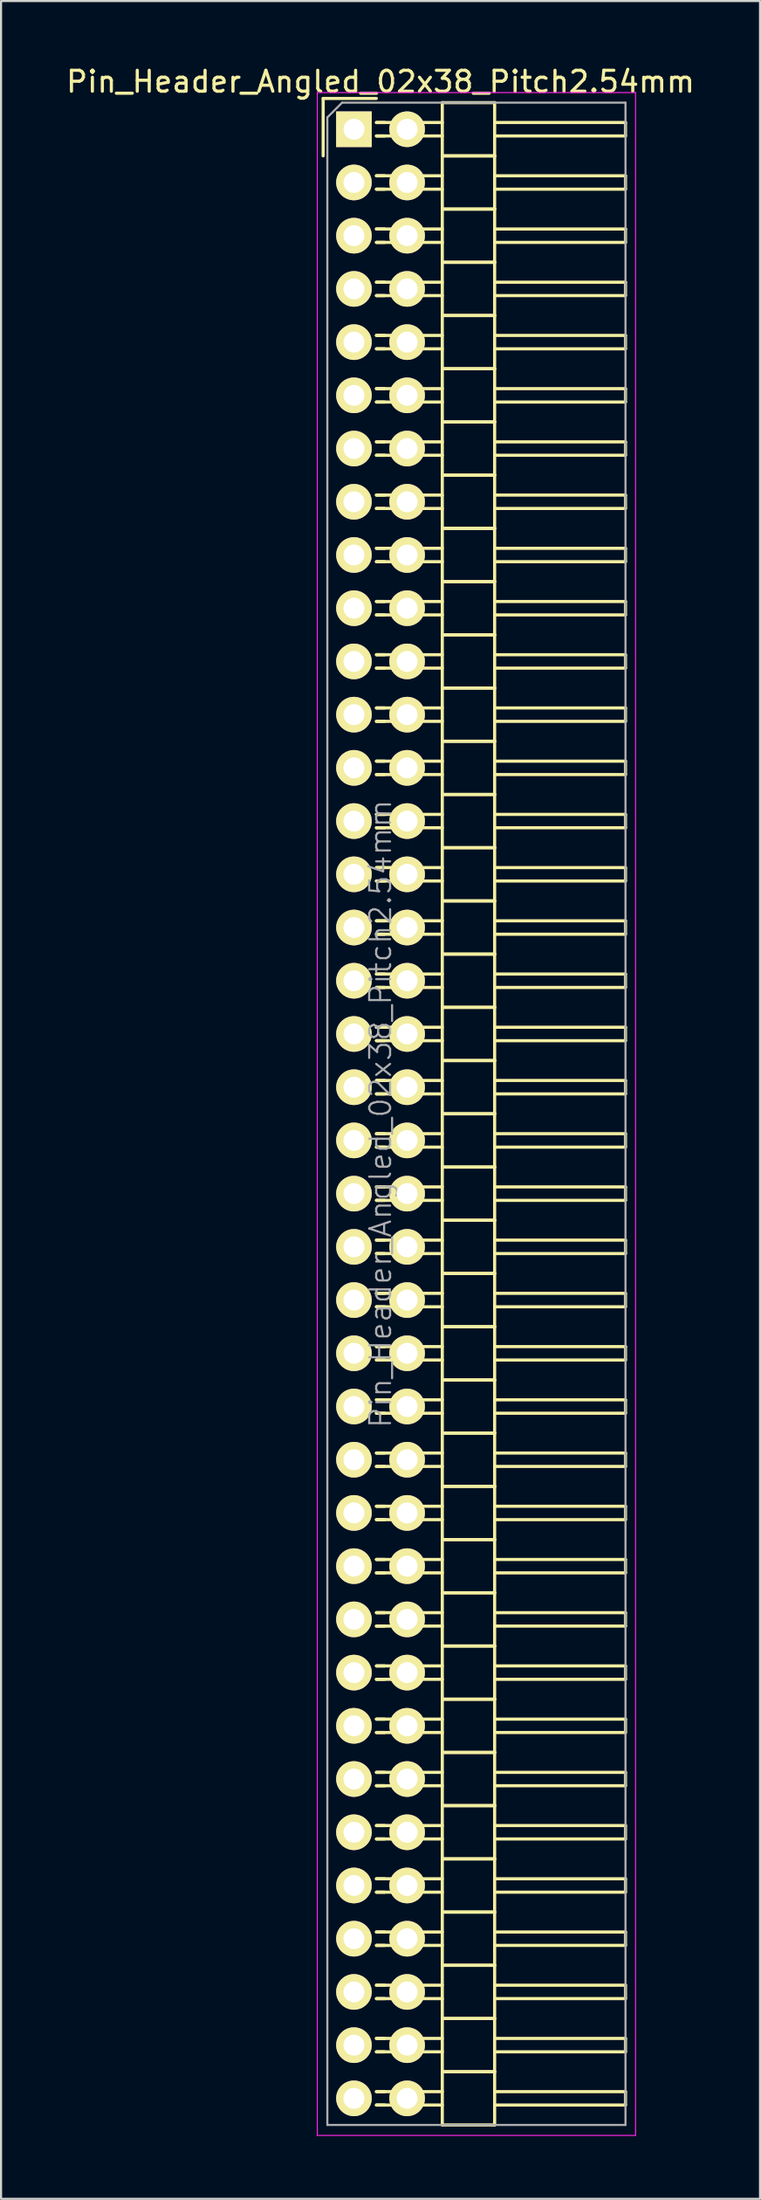
<source format=kicad_pcb>
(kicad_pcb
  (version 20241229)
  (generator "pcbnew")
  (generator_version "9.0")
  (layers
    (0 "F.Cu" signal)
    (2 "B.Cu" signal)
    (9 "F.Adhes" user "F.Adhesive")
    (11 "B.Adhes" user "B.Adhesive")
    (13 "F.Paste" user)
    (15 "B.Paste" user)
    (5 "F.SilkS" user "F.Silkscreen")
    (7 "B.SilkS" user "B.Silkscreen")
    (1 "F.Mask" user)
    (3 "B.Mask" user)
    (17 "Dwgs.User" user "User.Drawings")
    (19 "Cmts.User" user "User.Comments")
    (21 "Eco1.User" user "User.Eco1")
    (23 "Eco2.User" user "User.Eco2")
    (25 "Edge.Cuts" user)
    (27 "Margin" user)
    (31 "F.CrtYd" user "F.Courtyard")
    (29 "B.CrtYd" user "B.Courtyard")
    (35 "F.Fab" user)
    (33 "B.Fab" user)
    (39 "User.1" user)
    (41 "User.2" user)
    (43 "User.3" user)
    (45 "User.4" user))
  (footprint "Pin_Header_Angled_02x38_Pitch2.54mm"
    (layer "F.Cu")
    (at 13.855 3.118)
    (property "Reference" "Pin_Header_Angled_02x38_Pitch2.54mm" (at 1.27 -2.27 0) (layer "F.SilkS") (effects (font (size 1 1) (thickness 0.15))))
    (attr smd)
    (fp_line (start -1.47 -1.47) (end -1.47 1.27) (stroke (width 0.15) (type solid)) (layer "F.SilkS"))
    (fp_line (start -1.47 -1.47) (end 1.07 -1.47) (stroke (width 0.15) (type solid)) (layer "F.SilkS"))
    (fp_line (start 1.465 -0.32) (end 1.075 -0.32) (stroke (width 0.15) (type solid)) (layer "F.SilkS"))
    (fp_line (start 1.465 0.32) (end 1.075 0.32) (stroke (width 0.15) (type solid)) (layer "F.SilkS"))
    (fp_line (start 1.465 2.22) (end 1.075 2.22) (stroke (width 0.15) (type solid)) (layer "F.SilkS"))
    (fp_line (start 1.465 2.86) (end 1.075 2.86) (stroke (width 0.15) (type solid)) (layer "F.SilkS"))
    (fp_line (start 1.465 4.76) (end 1.075 4.76) (stroke (width 0.15) (type solid)) (layer "F.SilkS"))
    (fp_line (start 1.465 5.4) (end 1.075 5.4) (stroke (width 0.15) (type solid)) (layer "F.SilkS"))
    (fp_line (start 1.465 7.3) (end 1.075 7.3) (stroke (width 0.15) (type solid)) (layer "F.SilkS"))
    (fp_line (start 1.465 7.94) (end 1.075 7.94) (stroke (width 0.15) (type solid)) (layer "F.SilkS"))
    (fp_line (start 1.465 9.84) (end 1.075 9.84) (stroke (width 0.15) (type solid)) (layer "F.SilkS"))
    (fp_line (start 1.465 10.48) (end 1.075 10.48) (stroke (width 0.15) (type solid)) (layer "F.SilkS"))
    (fp_line (start 1.465 12.38) (end 1.075 12.38) (stroke (width 0.15) (type solid)) (layer "F.SilkS"))
    (fp_line (start 1.465 13.02) (end 1.075 13.02) (stroke (width 0.15) (type solid)) (layer "F.SilkS"))
    (fp_line (start 1.465 14.92) (end 1.075 14.92) (stroke (width 0.15) (type solid)) (layer "F.SilkS"))
    (fp_line (start 1.465 15.56) (end 1.075 15.56) (stroke (width 0.15) (type solid)) (layer "F.SilkS"))
    (fp_line (start 1.465 17.46) (end 1.075 17.46) (stroke (width 0.15) (type solid)) (layer "F.SilkS"))
    (fp_line (start 1.465 18.1) (end 1.075 18.1) (stroke (width 0.15) (type solid)) (layer "F.SilkS"))
    (fp_line (start 1.465 20) (end 1.075 20) (stroke (width 0.15) (type solid)) (layer "F.SilkS"))
    (fp_line (start 1.465 20.64) (end 1.075 20.64) (stroke (width 0.15) (type solid)) (layer "F.SilkS"))
    (fp_line (start 1.465 22.54) (end 1.075 22.54) (stroke (width 0.15) (type solid)) (layer "F.SilkS"))
    (fp_line (start 1.465 23.18) (end 1.075 23.18) (stroke (width 0.15) (type solid)) (layer "F.SilkS"))
    (fp_line (start 1.465 25.08) (end 1.075 25.08) (stroke (width 0.15) (type solid)) (layer "F.SilkS"))
    (fp_line (start 1.465 25.72) (end 1.075 25.72) (stroke (width 0.15) (type solid)) (layer "F.SilkS"))
    (fp_line (start 1.465 27.62) (end 1.075 27.62) (stroke (width 0.15) (type solid)) (layer "F.SilkS"))
    (fp_line (start 1.465 28.26) (end 1.075 28.26) (stroke (width 0.15) (type solid)) (layer "F.SilkS"))
    (fp_line (start 1.465 30.16) (end 1.075 30.16) (stroke (width 0.15) (type solid)) (layer "F.SilkS"))
    (fp_line (start 1.465 30.8) (end 1.075 30.8) (stroke (width 0.15) (type solid)) (layer "F.SilkS"))
    (fp_line (start 1.465 32.7) (end 1.075 32.7) (stroke (width 0.15) (type solid)) (layer "F.SilkS"))
    (fp_line (start 1.465 33.34) (end 1.075 33.34) (stroke (width 0.15) (type solid)) (layer "F.SilkS"))
    (fp_line (start 1.465 35.24) (end 1.075 35.24) (stroke (width 0.15) (type solid)) (layer "F.SilkS"))
    (fp_line (start 1.465 35.88) (end 1.075 35.88) (stroke (width 0.15) (type solid)) (layer "F.SilkS"))
    (fp_line (start 1.465 37.78) (end 1.075 37.78) (stroke (width 0.15) (type solid)) (layer "F.SilkS"))
    (fp_line (start 1.465 38.42) (end 1.075 38.42) (stroke (width 0.15) (type solid)) (layer "F.SilkS"))
    (fp_line (start 1.465 40.32) (end 1.075 40.32) (stroke (width 0.15) (type solid)) (layer "F.SilkS"))
    (fp_line (start 1.465 40.96) (end 1.075 40.96) (stroke (width 0.15) (type solid)) (layer "F.SilkS"))
    (fp_line (start 1.465 42.86) (end 1.075 42.86) (stroke (width 0.15) (type solid)) (layer "F.SilkS"))
    (fp_line (start 1.465 43.5) (end 1.075 43.5) (stroke (width 0.15) (type solid)) (layer "F.SilkS"))
    (fp_line (start 1.465 45.4) (end 1.075 45.4) (stroke (width 0.15) (type solid)) (layer "F.SilkS"))
    (fp_line (start 1.465 46.04) (end 1.075 46.04) (stroke (width 0.15) (type solid)) (layer "F.SilkS"))
    (fp_line (start 1.465 47.94) (end 1.075 47.94) (stroke (width 0.15) (type solid)) (layer "F.SilkS"))
    (fp_line (start 1.465 48.58) (end 1.075 48.58) (stroke (width 0.15) (type solid)) (layer "F.SilkS"))
    (fp_line (start 1.465 50.48) (end 1.075 50.48) (stroke (width 0.15) (type solid)) (layer "F.SilkS"))
    (fp_line (start 1.465 51.12) (end 1.075 51.12) (stroke (width 0.15) (type solid)) (layer "F.SilkS"))
    (fp_line (start 1.465 53.02) (end 1.075 53.02) (stroke (width 0.15) (type solid)) (layer "F.SilkS"))
    (fp_line (start 1.465 53.66) (end 1.075 53.66) (stroke (width 0.15) (type solid)) (layer "F.SilkS"))
    (fp_line (start 1.465 55.56) (end 1.075 55.56) (stroke (width 0.15) (type solid)) (layer "F.SilkS"))
    (fp_line (start 1.465 56.2) (end 1.075 56.2) (stroke (width 0.15) (type solid)) (layer "F.SilkS"))
    (fp_line (start 1.465 58.1) (end 1.075 58.1) (stroke (width 0.15) (type solid)) (layer "F.SilkS"))
    (fp_line (start 1.465 58.74) (end 1.075 58.74) (stroke (width 0.15) (type solid)) (layer "F.SilkS"))
    (fp_line (start 1.465 60.64) (end 1.075 60.64) (stroke (width 0.15) (type solid)) (layer "F.SilkS"))
    (fp_line (start 1.465 61.28) (end 1.075 61.28) (stroke (width 0.15) (type solid)) (layer "F.SilkS"))
    (fp_line (start 1.465 63.18) (end 1.075 63.18) (stroke (width 0.15) (type solid)) (layer "F.SilkS"))
    (fp_line (start 1.465 63.82) (end 1.075 63.82) (stroke (width 0.15) (type solid)) (layer "F.SilkS"))
    (fp_line (start 1.465 65.72) (end 1.075 65.72) (stroke (width 0.15) (type solid)) (layer "F.SilkS"))
    (fp_line (start 1.465 66.36) (end 1.075 66.36) (stroke (width 0.15) (type solid)) (layer "F.SilkS"))
    (fp_line (start 1.465 68.26) (end 1.075 68.26) (stroke (width 0.15) (type solid)) (layer "F.SilkS"))
    (fp_line (start 1.465 68.9) (end 1.075 68.9) (stroke (width 0.15) (type solid)) (layer "F.SilkS"))
    (fp_line (start 1.465 70.8) (end 1.075 70.8) (stroke (width 0.15) (type solid)) (layer "F.SilkS"))
    (fp_line (start 1.465 71.44) (end 1.075 71.44) (stroke (width 0.15) (type solid)) (layer "F.SilkS"))
    (fp_line (start 1.465 73.34) (end 1.075 73.34) (stroke (width 0.15) (type solid)) (layer "F.SilkS"))
    (fp_line (start 1.465 73.98) (end 1.075 73.98) (stroke (width 0.15) (type solid)) (layer "F.SilkS"))
    (fp_line (start 1.465 75.88) (end 1.075 75.88) (stroke (width 0.15) (type solid)) (layer "F.SilkS"))
    (fp_line (start 1.465 76.52) (end 1.075 76.52) (stroke (width 0.15) (type solid)) (layer "F.SilkS"))
    (fp_line (start 1.465 78.42) (end 1.075 78.42) (stroke (width 0.15) (type solid)) (layer "F.SilkS"))
    (fp_line (start 1.465 79.06) (end 1.075 79.06) (stroke (width 0.15) (type solid)) (layer "F.SilkS"))
    (fp_line (start 1.465 80.96) (end 1.075 80.96) (stroke (width 0.15) (type solid)) (layer "F.SilkS"))
    (fp_line (start 1.465 81.6) (end 1.075 81.6) (stroke (width 0.15) (type solid)) (layer "F.SilkS"))
    (fp_line (start 1.465 83.5) (end 1.075 83.5) (stroke (width 0.15) (type solid)) (layer "F.SilkS"))
    (fp_line (start 1.465 84.14) (end 1.075 84.14) (stroke (width 0.15) (type solid)) (layer "F.SilkS"))
    (fp_line (start 1.465 86.04) (end 1.075 86.04) (stroke (width 0.15) (type solid)) (layer "F.SilkS"))
    (fp_line (start 1.465 86.68) (end 1.075 86.68) (stroke (width 0.15) (type solid)) (layer "F.SilkS"))
    (fp_line (start 1.465 88.58) (end 1.075 88.58) (stroke (width 0.15) (type solid)) (layer "F.SilkS"))
    (fp_line (start 1.465 89.22) (end 1.075 89.22) (stroke (width 0.15) (type solid)) (layer "F.SilkS"))
    (fp_line (start 1.465 91.12) (end 1.075 91.12) (stroke (width 0.15) (type solid)) (layer "F.SilkS"))
    (fp_line (start 1.465 91.76) (end 1.075 91.76) (stroke (width 0.15) (type solid)) (layer "F.SilkS"))
    (fp_line (start 1.465 93.66) (end 1.075 93.66) (stroke (width 0.15) (type solid)) (layer "F.SilkS"))
    (fp_line (start 1.465 94.3) (end 1.075 94.3) (stroke (width 0.15) (type solid)) (layer "F.SilkS"))
    (fp_line (start 4.22 -0.32) (end 1.075 -0.32) (stroke (width 0.15) (type solid)) (layer "F.SilkS"))
    (fp_line (start 4.22 0.32) (end 1.075 0.32) (stroke (width 0.15) (type solid)) (layer "F.SilkS"))
    (fp_line (start 4.22 1.27) (end 4.22 -1.27) (stroke (width 0.15) (type solid)) (layer "F.SilkS"))
    (fp_line (start 4.22 2.22) (end 1.075 2.22) (stroke (width 0.15) (type solid)) (layer "F.SilkS"))
    (fp_line (start 4.22 2.86) (end 1.075 2.86) (stroke (width 0.15) (type solid)) (layer "F.SilkS"))
    (fp_line (start 4.22 3.81) (end 4.22 1.27) (stroke (width 0.15) (type solid)) (layer "F.SilkS"))
    (fp_line (start 4.22 4.76) (end 1.075 4.76) (stroke (width 0.15) (type solid)) (layer "F.SilkS"))
    (fp_line (start 4.22 5.4) (end 1.075 5.4) (stroke (width 0.15) (type solid)) (layer "F.SilkS"))
    (fp_line (start 4.22 6.35) (end 4.22 3.81) (stroke (width 0.15) (type solid)) (layer "F.SilkS"))
    (fp_line (start 4.22 7.3) (end 1.075 7.3) (stroke (width 0.15) (type solid)) (layer "F.SilkS"))
    (fp_line (start 4.22 7.94) (end 1.075 7.94) (stroke (width 0.15) (type solid)) (layer "F.SilkS"))
    (fp_line (start 4.22 8.89) (end 4.22 6.35) (stroke (width 0.15) (type solid)) (layer "F.SilkS"))
    (fp_line (start 4.22 9.84) (end 1.075 9.84) (stroke (width 0.15) (type solid)) (layer "F.SilkS"))
    (fp_line (start 4.22 10.48) (end 1.075 10.48) (stroke (width 0.15) (type solid)) (layer "F.SilkS"))
    (fp_line (start 4.22 11.43) (end 4.22 8.89) (stroke (width 0.15) (type solid)) (layer "F.SilkS"))
    (fp_line (start 4.22 12.38) (end 1.075 12.38) (stroke (width 0.15) (type solid)) (layer "F.SilkS"))
    (fp_line (start 4.22 13.02) (end 1.075 13.02) (stroke (width 0.15) (type solid)) (layer "F.SilkS"))
    (fp_line (start 4.22 13.97) (end 4.22 11.43) (stroke (width 0.15) (type solid)) (layer "F.SilkS"))
    (fp_line (start 4.22 14.92) (end 1.075 14.92) (stroke (width 0.15) (type solid)) (layer "F.SilkS"))
    (fp_line (start 4.22 15.56) (end 1.075 15.56) (stroke (width 0.15) (type solid)) (layer "F.SilkS"))
    (fp_line (start 4.22 16.51) (end 4.22 13.97) (stroke (width 0.15) (type solid)) (layer "F.SilkS"))
    (fp_line (start 4.22 17.46) (end 1.075 17.46) (stroke (width 0.15) (type solid)) (layer "F.SilkS"))
    (fp_line (start 4.22 18.1) (end 1.075 18.1) (stroke (width 0.15) (type solid)) (layer "F.SilkS"))
    (fp_line (start 4.22 19.05) (end 4.22 16.51) (stroke (width 0.15) (type solid)) (layer "F.SilkS"))
    (fp_line (start 4.22 20) (end 1.075 20) (stroke (width 0.15) (type solid)) (layer "F.SilkS"))
    (fp_line (start 4.22 20.64) (end 1.075 20.64) (stroke (width 0.15) (type solid)) (layer "F.SilkS"))
    (fp_line (start 4.22 21.59) (end 4.22 19.05) (stroke (width 0.15) (type solid)) (layer "F.SilkS"))
    (fp_line (start 4.22 22.54) (end 1.075 22.54) (stroke (width 0.15) (type solid)) (layer "F.SilkS"))
    (fp_line (start 4.22 23.18) (end 1.075 23.18) (stroke (width 0.15) (type solid)) (layer "F.SilkS"))
    (fp_line (start 4.22 24.13) (end 4.22 21.59) (stroke (width 0.15) (type solid)) (layer "F.SilkS"))
    (fp_line (start 4.22 25.08) (end 1.075 25.08) (stroke (width 0.15) (type solid)) (layer "F.SilkS"))
    (fp_line (start 4.22 25.72) (end 1.075 25.72) (stroke (width 0.15) (type solid)) (layer "F.SilkS"))
    (fp_line (start 4.22 26.67) (end 4.22 24.13) (stroke (width 0.15) (type solid)) (layer "F.SilkS"))
    (fp_line (start 4.22 27.62) (end 1.075 27.62) (stroke (width 0.15) (type solid)) (layer "F.SilkS"))
    (fp_line (start 4.22 28.26) (end 1.075 28.26) (stroke (width 0.15) (type solid)) (layer "F.SilkS"))
    (fp_line (start 4.22 29.21) (end 4.22 26.67) (stroke (width 0.15) (type solid)) (layer "F.SilkS"))
    (fp_line (start 4.22 30.16) (end 1.075 30.16) (stroke (width 0.15) (type solid)) (layer "F.SilkS"))
    (fp_line (start 4.22 30.8) (end 1.075 30.8) (stroke (width 0.15) (type solid)) (layer "F.SilkS"))
    (fp_line (start 4.22 31.75) (end 4.22 29.21) (stroke (width 0.15) (type solid)) (layer "F.SilkS"))
    (fp_line (start 4.22 32.7) (end 1.075 32.7) (stroke (width 0.15) (type solid)) (layer "F.SilkS"))
    (fp_line (start 4.22 33.34) (end 1.075 33.34) (stroke (width 0.15) (type solid)) (layer "F.SilkS"))
    (fp_line (start 4.22 34.29) (end 4.22 31.75) (stroke (width 0.15) (type solid)) (layer "F.SilkS"))
    (fp_line (start 4.22 35.24) (end 1.075 35.24) (stroke (width 0.15) (type solid)) (layer "F.SilkS"))
    (fp_line (start 4.22 35.88) (end 1.075 35.88) (stroke (width 0.15) (type solid)) (layer "F.SilkS"))
    (fp_line (start 4.22 36.83) (end 4.22 34.29) (stroke (width 0.15) (type solid)) (layer "F.SilkS"))
    (fp_line (start 4.22 37.78) (end 1.075 37.78) (stroke (width 0.15) (type solid)) (layer "F.SilkS"))
    (fp_line (start 4.22 38.42) (end 1.075 38.42) (stroke (width 0.15) (type solid)) (layer "F.SilkS"))
    (fp_line (start 4.22 39.37) (end 4.22 36.83) (stroke (width 0.15) (type solid)) (layer "F.SilkS"))
    (fp_line (start 4.22 40.32) (end 1.075 40.32) (stroke (width 0.15) (type solid)) (layer "F.SilkS"))
    (fp_line (start 4.22 40.96) (end 1.075 40.96) (stroke (width 0.15) (type solid)) (layer "F.SilkS"))
    (fp_line (start 4.22 41.91) (end 4.22 39.37) (stroke (width 0.15) (type solid)) (layer "F.SilkS"))
    (fp_line (start 4.22 42.86) (end 1.075 42.86) (stroke (width 0.15) (type solid)) (layer "F.SilkS"))
    (fp_line (start 4.22 43.5) (end 1.075 43.5) (stroke (width 0.15) (type solid)) (layer "F.SilkS"))
    (fp_line (start 4.22 44.45) (end 4.22 41.91) (stroke (width 0.15) (type solid)) (layer "F.SilkS"))
    (fp_line (start 4.22 45.4) (end 1.075 45.4) (stroke (width 0.15) (type solid)) (layer "F.SilkS"))
    (fp_line (start 4.22 46.04) (end 1.075 46.04) (stroke (width 0.15) (type solid)) (layer "F.SilkS"))
    (fp_line (start 4.22 46.99) (end 4.22 44.45) (stroke (width 0.15) (type solid)) (layer "F.SilkS"))
    (fp_line (start 4.22 47.94) (end 1.075 47.94) (stroke (width 0.15) (type solid)) (layer "F.SilkS"))
    (fp_line (start 4.22 48.58) (end 1.075 48.58) (stroke (width 0.15) (type solid)) (layer "F.SilkS"))
    (fp_line (start 4.22 49.53) (end 4.22 46.99) (stroke (width 0.15) (type solid)) (layer "F.SilkS"))
    (fp_line (start 4.22 50.48) (end 1.075 50.48) (stroke (width 0.15) (type solid)) (layer "F.SilkS"))
    (fp_line (start 4.22 51.12) (end 1.075 51.12) (stroke (width 0.15) (type solid)) (layer "F.SilkS"))
    (fp_line (start 4.22 52.07) (end 4.22 49.53) (stroke (width 0.15) (type solid)) (layer "F.SilkS"))
    (fp_line (start 4.22 53.02) (end 1.075 53.02) (stroke (width 0.15) (type solid)) (layer "F.SilkS"))
    (fp_line (start 4.22 53.66) (end 1.075 53.66) (stroke (width 0.15) (type solid)) (layer "F.SilkS"))
    (fp_line (start 4.22 54.61) (end 4.22 52.07) (stroke (width 0.15) (type solid)) (layer "F.SilkS"))
    (fp_line (start 4.22 55.56) (end 1.075 55.56) (stroke (width 0.15) (type solid)) (layer "F.SilkS"))
    (fp_line (start 4.22 56.2) (end 1.075 56.2) (stroke (width 0.15) (type solid)) (layer "F.SilkS"))
    (fp_line (start 4.22 57.15) (end 4.22 54.61) (stroke (width 0.15) (type solid)) (layer "F.SilkS"))
    (fp_line (start 4.22 58.1) (end 1.075 58.1) (stroke (width 0.15) (type solid)) (layer "F.SilkS"))
    (fp_line (start 4.22 58.74) (end 1.075 58.74) (stroke (width 0.15) (type solid)) (layer "F.SilkS"))
    (fp_line (start 4.22 59.69) (end 4.22 57.15) (stroke (width 0.15) (type solid)) (layer "F.SilkS"))
    (fp_line (start 4.22 60.64) (end 1.075 60.64) (stroke (width 0.15) (type solid)) (layer "F.SilkS"))
    (fp_line (start 4.22 61.28) (end 1.075 61.28) (stroke (width 0.15) (type solid)) (layer "F.SilkS"))
    (fp_line (start 4.22 62.23) (end 4.22 59.69) (stroke (width 0.15) (type solid)) (layer "F.SilkS"))
    (fp_line (start 4.22 63.18) (end 1.075 63.18) (stroke (width 0.15) (type solid)) (layer "F.SilkS"))
    (fp_line (start 4.22 63.82) (end 1.075 63.82) (stroke (width 0.15) (type solid)) (layer "F.SilkS"))
    (fp_line (start 4.22 64.77) (end 4.22 62.23) (stroke (width 0.15) (type solid)) (layer "F.SilkS"))
    (fp_line (start 4.22 65.72) (end 1.075 65.72) (stroke (width 0.15) (type solid)) (layer "F.SilkS"))
    (fp_line (start 4.22 66.36) (end 1.075 66.36) (stroke (width 0.15) (type solid)) (layer "F.SilkS"))
    (fp_line (start 4.22 67.31) (end 4.22 64.77) (stroke (width 0.15) (type solid)) (layer "F.SilkS"))
    (fp_line (start 4.22 68.26) (end 1.075 68.26) (stroke (width 0.15) (type solid)) (layer "F.SilkS"))
    (fp_line (start 4.22 68.9) (end 1.075 68.9) (stroke (width 0.15) (type solid)) (layer "F.SilkS"))
    (fp_line (start 4.22 69.85) (end 4.22 67.31) (stroke (width 0.15) (type solid)) (layer "F.SilkS"))
    (fp_line (start 4.22 70.8) (end 1.075 70.8) (stroke (width 0.15) (type solid)) (layer "F.SilkS"))
    (fp_line (start 4.22 71.44) (end 1.075 71.44) (stroke (width 0.15) (type solid)) (layer "F.SilkS"))
    (fp_line (start 4.22 72.39) (end 4.22 69.85) (stroke (width 0.15) (type solid)) (layer "F.SilkS"))
    (fp_line (start 4.22 73.34) (end 1.075 73.34) (stroke (width 0.15) (type solid)) (layer "F.SilkS"))
    (fp_line (start 4.22 73.98) (end 1.075 73.98) (stroke (width 0.15) (type solid)) (layer "F.SilkS"))
    (fp_line (start 4.22 74.93) (end 4.22 72.39) (stroke (width 0.15) (type solid)) (layer "F.SilkS"))
    (fp_line (start 4.22 75.88) (end 1.075 75.88) (stroke (width 0.15) (type solid)) (layer "F.SilkS"))
    (fp_line (start 4.22 76.52) (end 1.075 76.52) (stroke (width 0.15) (type solid)) (layer "F.SilkS"))
    (fp_line (start 4.22 77.47) (end 4.22 74.93) (stroke (width 0.15) (type solid)) (layer "F.SilkS"))
    (fp_line (start 4.22 78.42) (end 1.075 78.42) (stroke (width 0.15) (type solid)) (layer "F.SilkS"))
    (fp_line (start 4.22 79.06) (end 1.075 79.06) (stroke (width 0.15) (type solid)) (layer "F.SilkS"))
    (fp_line (start 4.22 80.01) (end 4.22 77.47) (stroke (width 0.15) (type solid)) (layer "F.SilkS"))
    (fp_line (start 4.22 80.96) (end 1.075 80.96) (stroke (width 0.15) (type solid)) (layer "F.SilkS"))
    (fp_line (start 4.22 81.6) (end 1.075 81.6) (stroke (width 0.15) (type solid)) (layer "F.SilkS"))
    (fp_line (start 4.22 82.55) (end 4.22 80.01) (stroke (width 0.15) (type solid)) (layer "F.SilkS"))
    (fp_line (start 4.22 83.5) (end 1.075 83.5) (stroke (width 0.15) (type solid)) (layer "F.SilkS"))
    (fp_line (start 4.22 84.14) (end 1.075 84.14) (stroke (width 0.15) (type solid)) (layer "F.SilkS"))
    (fp_line (start 4.22 85.09) (end 4.22 82.55) (stroke (width 0.15) (type solid)) (layer "F.SilkS"))
    (fp_line (start 4.22 86.04) (end 1.075 86.04) (stroke (width 0.15) (type solid)) (layer "F.SilkS"))
    (fp_line (start 4.22 86.68) (end 1.075 86.68) (stroke (width 0.15) (type solid)) (layer "F.SilkS"))
    (fp_line (start 4.22 87.63) (end 4.22 85.09) (stroke (width 0.15) (type solid)) (layer "F.SilkS"))
    (fp_line (start 4.22 88.58) (end 1.075 88.58) (stroke (width 0.15) (type solid)) (layer "F.SilkS"))
    (fp_line (start 4.22 89.22) (end 1.075 89.22) (stroke (width 0.15) (type solid)) (layer "F.SilkS"))
    (fp_line (start 4.22 90.17) (end 4.22 87.63) (stroke (width 0.15) (type solid)) (layer "F.SilkS"))
    (fp_line (start 4.22 91.12) (end 1.075 91.12) (stroke (width 0.15) (type solid)) (layer "F.SilkS"))
    (fp_line (start 4.22 91.76) (end 1.075 91.76) (stroke (width 0.15) (type solid)) (layer "F.SilkS"))
    (fp_line (start 4.22 92.71) (end 4.22 90.17) (stroke (width 0.15) (type solid)) (layer "F.SilkS"))
    (fp_line (start 4.22 93.66) (end 1.075 93.66) (stroke (width 0.15) (type solid)) (layer "F.SilkS"))
    (fp_line (start 4.22 94.3) (end 1.075 94.3) (stroke (width 0.15) (type solid)) (layer "F.SilkS"))
    (fp_line (start 4.22 95.25) (end 4.22 92.71) (stroke (width 0.15) (type solid)) (layer "F.SilkS"))
    (fp_line (start 6.72 -1.27) (end 4.22 -1.27) (stroke (width 0.15) (type solid)) (layer "F.SilkS"))
    (fp_line (start 6.72 -0.32) (end 12.97 -0.32) (stroke (width 0.15) (type solid)) (layer "F.SilkS"))
    (fp_line (start 6.72 0.32) (end 12.97 0.32) (stroke (width 0.15) (type solid)) (layer "F.SilkS"))
    (fp_line (start 6.72 1.27) (end 4.22 1.27) (stroke (width 0.15) (type solid)) (layer "F.SilkS"))
    (fp_line (start 6.72 1.27) (end 4.22 1.27) (stroke (width 0.15) (type solid)) (layer "F.SilkS"))
    (fp_line (start 6.72 1.27) (end 6.72 -1.27) (stroke (width 0.15) (type solid)) (layer "F.SilkS"))
    (fp_line (start 6.72 2.22) (end 12.97 2.22) (stroke (width 0.15) (type solid)) (layer "F.SilkS"))
    (fp_line (start 6.72 2.86) (end 12.97 2.86) (stroke (width 0.15) (type solid)) (layer "F.SilkS"))
    (fp_line (start 6.72 3.81) (end 4.22 3.81) (stroke (width 0.15) (type solid)) (layer "F.SilkS"))
    (fp_line (start 6.72 3.81) (end 4.22 3.81) (stroke (width 0.15) (type solid)) (layer "F.SilkS"))
    (fp_line (start 6.72 3.81) (end 6.72 1.27) (stroke (width 0.15) (type solid)) (layer "F.SilkS"))
    (fp_line (start 6.72 4.76) (end 12.97 4.76) (stroke (width 0.15) (type solid)) (layer "F.SilkS"))
    (fp_line (start 6.72 5.4) (end 12.97 5.4) (stroke (width 0.15) (type solid)) (layer "F.SilkS"))
    (fp_line (start 6.72 6.35) (end 4.22 6.35) (stroke (width 0.15) (type solid)) (layer "F.SilkS"))
    (fp_line (start 6.72 6.35) (end 4.22 6.35) (stroke (width 0.15) (type solid)) (layer "F.SilkS"))
    (fp_line (start 6.72 6.35) (end 6.72 3.81) (stroke (width 0.15) (type solid)) (layer "F.SilkS"))
    (fp_line (start 6.72 7.3) (end 12.97 7.3) (stroke (width 0.15) (type solid)) (layer "F.SilkS"))
    (fp_line (start 6.72 7.94) (end 12.97 7.94) (stroke (width 0.15) (type solid)) (layer "F.SilkS"))
    (fp_line (start 6.72 8.89) (end 4.22 8.89) (stroke (width 0.15) (type solid)) (layer "F.SilkS"))
    (fp_line (start 6.72 8.89) (end 4.22 8.89) (stroke (width 0.15) (type solid)) (layer "F.SilkS"))
    (fp_line (start 6.72 8.89) (end 6.72 6.35) (stroke (width 0.15) (type solid)) (layer "F.SilkS"))
    (fp_line (start 6.72 9.84) (end 12.97 9.84) (stroke (width 0.15) (type solid)) (layer "F.SilkS"))
    (fp_line (start 6.72 10.48) (end 12.97 10.48) (stroke (width 0.15) (type solid)) (layer "F.SilkS"))
    (fp_line (start 6.72 11.43) (end 4.22 11.43) (stroke (width 0.15) (type solid)) (layer "F.SilkS"))
    (fp_line (start 6.72 11.43) (end 4.22 11.43) (stroke (width 0.15) (type solid)) (layer "F.SilkS"))
    (fp_line (start 6.72 11.43) (end 6.72 8.89) (stroke (width 0.15) (type solid)) (layer "F.SilkS"))
    (fp_line (start 6.72 12.38) (end 12.97 12.38) (stroke (width 0.15) (type solid)) (layer "F.SilkS"))
    (fp_line (start 6.72 13.02) (end 12.97 13.02) (stroke (width 0.15) (type solid)) (layer "F.SilkS"))
    (fp_line (start 6.72 13.97) (end 4.22 13.97) (stroke (width 0.15) (type solid)) (layer "F.SilkS"))
    (fp_line (start 6.72 13.97) (end 4.22 13.97) (stroke (width 0.15) (type solid)) (layer "F.SilkS"))
    (fp_line (start 6.72 13.97) (end 6.72 11.43) (stroke (width 0.15) (type solid)) (layer "F.SilkS"))
    (fp_line (start 6.72 14.92) (end 12.97 14.92) (stroke (width 0.15) (type solid)) (layer "F.SilkS"))
    (fp_line (start 6.72 15.56) (end 12.97 15.56) (stroke (width 0.15) (type solid)) (layer "F.SilkS"))
    (fp_line (start 6.72 16.51) (end 4.22 16.51) (stroke (width 0.15) (type solid)) (layer "F.SilkS"))
    (fp_line (start 6.72 16.51) (end 4.22 16.51) (stroke (width 0.15) (type solid)) (layer "F.SilkS"))
    (fp_line (start 6.72 16.51) (end 6.72 13.97) (stroke (width 0.15) (type solid)) (layer "F.SilkS"))
    (fp_line (start 6.72 17.46) (end 12.97 17.46) (stroke (width 0.15) (type solid)) (layer "F.SilkS"))
    (fp_line (start 6.72 18.1) (end 12.97 18.1) (stroke (width 0.15) (type solid)) (layer "F.SilkS"))
    (fp_line (start 6.72 19.05) (end 4.22 19.05) (stroke (width 0.15) (type solid)) (layer "F.SilkS"))
    (fp_line (start 6.72 19.05) (end 4.22 19.05) (stroke (width 0.15) (type solid)) (layer "F.SilkS"))
    (fp_line (start 6.72 19.05) (end 6.72 16.51) (stroke (width 0.15) (type solid)) (layer "F.SilkS"))
    (fp_line (start 6.72 20) (end 12.97 20) (stroke (width 0.15) (type solid)) (layer "F.SilkS"))
    (fp_line (start 6.72 20.64) (end 12.97 20.64) (stroke (width 0.15) (type solid)) (layer "F.SilkS"))
    (fp_line (start 6.72 21.59) (end 4.22 21.59) (stroke (width 0.15) (type solid)) (layer "F.SilkS"))
    (fp_line (start 6.72 21.59) (end 4.22 21.59) (stroke (width 0.15) (type solid)) (layer "F.SilkS"))
    (fp_line (start 6.72 21.59) (end 6.72 19.05) (stroke (width 0.15) (type solid)) (layer "F.SilkS"))
    (fp_line (start 6.72 22.54) (end 12.97 22.54) (stroke (width 0.15) (type solid)) (layer "F.SilkS"))
    (fp_line (start 6.72 23.18) (end 12.97 23.18) (stroke (width 0.15) (type solid)) (layer "F.SilkS"))
    (fp_line (start 6.72 24.13) (end 4.22 24.13) (stroke (width 0.15) (type solid)) (layer "F.SilkS"))
    (fp_line (start 6.72 24.13) (end 4.22 24.13) (stroke (width 0.15) (type solid)) (layer "F.SilkS"))
    (fp_line (start 6.72 24.13) (end 6.72 21.59) (stroke (width 0.15) (type solid)) (layer "F.SilkS"))
    (fp_line (start 6.72 25.08) (end 12.97 25.08) (stroke (width 0.15) (type solid)) (layer "F.SilkS"))
    (fp_line (start 6.72 25.72) (end 12.97 25.72) (stroke (width 0.15) (type solid)) (layer "F.SilkS"))
    (fp_line (start 6.72 26.67) (end 4.22 26.67) (stroke (width 0.15) (type solid)) (layer "F.SilkS"))
    (fp_line (start 6.72 26.67) (end 4.22 26.67) (stroke (width 0.15) (type solid)) (layer "F.SilkS"))
    (fp_line (start 6.72 26.67) (end 6.72 24.13) (stroke (width 0.15) (type solid)) (layer "F.SilkS"))
    (fp_line (start 6.72 27.62) (end 12.97 27.62) (stroke (width 0.15) (type solid)) (layer "F.SilkS"))
    (fp_line (start 6.72 28.26) (end 12.97 28.26) (stroke (width 0.15) (type solid)) (layer "F.SilkS"))
    (fp_line (start 6.72 29.21) (end 4.22 29.21) (stroke (width 0.15) (type solid)) (layer "F.SilkS"))
    (fp_line (start 6.72 29.21) (end 4.22 29.21) (stroke (width 0.15) (type solid)) (layer "F.SilkS"))
    (fp_line (start 6.72 29.21) (end 6.72 26.67) (stroke (width 0.15) (type solid)) (layer "F.SilkS"))
    (fp_line (start 6.72 30.16) (end 12.97 30.16) (stroke (width 0.15) (type solid)) (layer "F.SilkS"))
    (fp_line (start 6.72 30.8) (end 12.97 30.8) (stroke (width 0.15) (type solid)) (layer "F.SilkS"))
    (fp_line (start 6.72 31.75) (end 4.22 31.75) (stroke (width 0.15) (type solid)) (layer "F.SilkS"))
    (fp_line (start 6.72 31.75) (end 4.22 31.75) (stroke (width 0.15) (type solid)) (layer "F.SilkS"))
    (fp_line (start 6.72 31.75) (end 6.72 29.21) (stroke (width 0.15) (type solid)) (layer "F.SilkS"))
    (fp_line (start 6.72 32.7) (end 12.97 32.7) (stroke (width 0.15) (type solid)) (layer "F.SilkS"))
    (fp_line (start 6.72 33.34) (end 12.97 33.34) (stroke (width 0.15) (type solid)) (layer "F.SilkS"))
    (fp_line (start 6.72 34.29) (end 4.22 34.29) (stroke (width 0.15) (type solid)) (layer "F.SilkS"))
    (fp_line (start 6.72 34.29) (end 4.22 34.29) (stroke (width 0.15) (type solid)) (layer "F.SilkS"))
    (fp_line (start 6.72 34.29) (end 6.72 31.75) (stroke (width 0.15) (type solid)) (layer "F.SilkS"))
    (fp_line (start 6.72 35.24) (end 12.97 35.24) (stroke (width 0.15) (type solid)) (layer "F.SilkS"))
    (fp_line (start 6.72 35.88) (end 12.97 35.88) (stroke (width 0.15) (type solid)) (layer "F.SilkS"))
    (fp_line (start 6.72 36.83) (end 4.22 36.83) (stroke (width 0.15) (type solid)) (layer "F.SilkS"))
    (fp_line (start 6.72 36.83) (end 4.22 36.83) (stroke (width 0.15) (type solid)) (layer "F.SilkS"))
    (fp_line (start 6.72 36.83) (end 6.72 34.29) (stroke (width 0.15) (type solid)) (layer "F.SilkS"))
    (fp_line (start 6.72 37.78) (end 12.97 37.78) (stroke (width 0.15) (type solid)) (layer "F.SilkS"))
    (fp_line (start 6.72 38.42) (end 12.97 38.42) (stroke (width 0.15) (type solid)) (layer "F.SilkS"))
    (fp_line (start 6.72 39.37) (end 4.22 39.37) (stroke (width 0.15) (type solid)) (layer "F.SilkS"))
    (fp_line (start 6.72 39.37) (end 4.22 39.37) (stroke (width 0.15) (type solid)) (layer "F.SilkS"))
    (fp_line (start 6.72 39.37) (end 6.72 36.83) (stroke (width 0.15) (type solid)) (layer "F.SilkS"))
    (fp_line (start 6.72 40.32) (end 12.97 40.32) (stroke (width 0.15) (type solid)) (layer "F.SilkS"))
    (fp_line (start 6.72 40.96) (end 12.97 40.96) (stroke (width 0.15) (type solid)) (layer "F.SilkS"))
    (fp_line (start 6.72 41.91) (end 4.22 41.91) (stroke (width 0.15) (type solid)) (layer "F.SilkS"))
    (fp_line (start 6.72 41.91) (end 4.22 41.91) (stroke (width 0.15) (type solid)) (layer "F.SilkS"))
    (fp_line (start 6.72 41.91) (end 6.72 39.37) (stroke (width 0.15) (type solid)) (layer "F.SilkS"))
    (fp_line (start 6.72 42.86) (end 12.97 42.86) (stroke (width 0.15) (type solid)) (layer "F.SilkS"))
    (fp_line (start 6.72 43.5) (end 12.97 43.5) (stroke (width 0.15) (type solid)) (layer "F.SilkS"))
    (fp_line (start 6.72 44.45) (end 4.22 44.45) (stroke (width 0.15) (type solid)) (layer "F.SilkS"))
    (fp_line (start 6.72 44.45) (end 4.22 44.45) (stroke (width 0.15) (type solid)) (layer "F.SilkS"))
    (fp_line (start 6.72 44.45) (end 6.72 41.91) (stroke (width 0.15) (type solid)) (layer "F.SilkS"))
    (fp_line (start 6.72 45.4) (end 12.97 45.4) (stroke (width 0.15) (type solid)) (layer "F.SilkS"))
    (fp_line (start 6.72 46.04) (end 12.97 46.04) (stroke (width 0.15) (type solid)) (layer "F.SilkS"))
    (fp_line (start 6.72 46.99) (end 4.22 46.99) (stroke (width 0.15) (type solid)) (layer "F.SilkS"))
    (fp_line (start 6.72 46.99) (end 4.22 46.99) (stroke (width 0.15) (type solid)) (layer "F.SilkS"))
    (fp_line (start 6.72 46.99) (end 6.72 44.45) (stroke (width 0.15) (type solid)) (layer "F.SilkS"))
    (fp_line (start 6.72 47.94) (end 12.97 47.94) (stroke (width 0.15) (type solid)) (layer "F.SilkS"))
    (fp_line (start 6.72 48.58) (end 12.97 48.58) (stroke (width 0.15) (type solid)) (layer "F.SilkS"))
    (fp_line (start 6.72 49.53) (end 4.22 49.53) (stroke (width 0.15) (type solid)) (layer "F.SilkS"))
    (fp_line (start 6.72 49.53) (end 4.22 49.53) (stroke (width 0.15) (type solid)) (layer "F.SilkS"))
    (fp_line (start 6.72 49.53) (end 6.72 46.99) (stroke (width 0.15) (type solid)) (layer "F.SilkS"))
    (fp_line (start 6.72 50.48) (end 12.97 50.48) (stroke (width 0.15) (type solid)) (layer "F.SilkS"))
    (fp_line (start 6.72 51.12) (end 12.97 51.12) (stroke (width 0.15) (type solid)) (layer "F.SilkS"))
    (fp_line (start 6.72 52.07) (end 4.22 52.07) (stroke (width 0.15) (type solid)) (layer "F.SilkS"))
    (fp_line (start 6.72 52.07) (end 4.22 52.07) (stroke (width 0.15) (type solid)) (layer "F.SilkS"))
    (fp_line (start 6.72 52.07) (end 6.72 49.53) (stroke (width 0.15) (type solid)) (layer "F.SilkS"))
    (fp_line (start 6.72 53.02) (end 12.97 53.02) (stroke (width 0.15) (type solid)) (layer "F.SilkS"))
    (fp_line (start 6.72 53.66) (end 12.97 53.66) (stroke (width 0.15) (type solid)) (layer "F.SilkS"))
    (fp_line (start 6.72 54.61) (end 4.22 54.61) (stroke (width 0.15) (type solid)) (layer "F.SilkS"))
    (fp_line (start 6.72 54.61) (end 4.22 54.61) (stroke (width 0.15) (type solid)) (layer "F.SilkS"))
    (fp_line (start 6.72 54.61) (end 6.72 52.07) (stroke (width 0.15) (type solid)) (layer "F.SilkS"))
    (fp_line (start 6.72 55.56) (end 12.97 55.56) (stroke (width 0.15) (type solid)) (layer "F.SilkS"))
    (fp_line (start 6.72 56.2) (end 12.97 56.2) (stroke (width 0.15) (type solid)) (layer "F.SilkS"))
    (fp_line (start 6.72 57.15) (end 4.22 57.15) (stroke (width 0.15) (type solid)) (layer "F.SilkS"))
    (fp_line (start 6.72 57.15) (end 4.22 57.15) (stroke (width 0.15) (type solid)) (layer "F.SilkS"))
    (fp_line (start 6.72 57.15) (end 6.72 54.61) (stroke (width 0.15) (type solid)) (layer "F.SilkS"))
    (fp_line (start 6.72 58.1) (end 12.97 58.1) (stroke (width 0.15) (type solid)) (layer "F.SilkS"))
    (fp_line (start 6.72 58.74) (end 12.97 58.74) (stroke (width 0.15) (type solid)) (layer "F.SilkS"))
    (fp_line (start 6.72 59.69) (end 4.22 59.69) (stroke (width 0.15) (type solid)) (layer "F.SilkS"))
    (fp_line (start 6.72 59.69) (end 4.22 59.69) (stroke (width 0.15) (type solid)) (layer "F.SilkS"))
    (fp_line (start 6.72 59.69) (end 6.72 57.15) (stroke (width 0.15) (type solid)) (layer "F.SilkS"))
    (fp_line (start 6.72 60.64) (end 12.97 60.64) (stroke (width 0.15) (type solid)) (layer "F.SilkS"))
    (fp_line (start 6.72 61.28) (end 12.97 61.28) (stroke (width 0.15) (type solid)) (layer "F.SilkS"))
    (fp_line (start 6.72 62.23) (end 4.22 62.23) (stroke (width 0.15) (type solid)) (layer "F.SilkS"))
    (fp_line (start 6.72 62.23) (end 4.22 62.23) (stroke (width 0.15) (type solid)) (layer "F.SilkS"))
    (fp_line (start 6.72 62.23) (end 6.72 59.69) (stroke (width 0.15) (type solid)) (layer "F.SilkS"))
    (fp_line (start 6.72 63.18) (end 12.97 63.18) (stroke (width 0.15) (type solid)) (layer "F.SilkS"))
    (fp_line (start 6.72 63.82) (end 12.97 63.82) (stroke (width 0.15) (type solid)) (layer "F.SilkS"))
    (fp_line (start 6.72 64.77) (end 4.22 64.77) (stroke (width 0.15) (type solid)) (layer "F.SilkS"))
    (fp_line (start 6.72 64.77) (end 4.22 64.77) (stroke (width 0.15) (type solid)) (layer "F.SilkS"))
    (fp_line (start 6.72 64.77) (end 6.72 62.23) (stroke (width 0.15) (type solid)) (layer "F.SilkS"))
    (fp_line (start 6.72 65.72) (end 12.97 65.72) (stroke (width 0.15) (type solid)) (layer "F.SilkS"))
    (fp_line (start 6.72 66.36) (end 12.97 66.36) (stroke (width 0.15) (type solid)) (layer "F.SilkS"))
    (fp_line (start 6.72 67.31) (end 4.22 67.31) (stroke (width 0.15) (type solid)) (layer "F.SilkS"))
    (fp_line (start 6.72 67.31) (end 4.22 67.31) (stroke (width 0.15) (type solid)) (layer "F.SilkS"))
    (fp_line (start 6.72 67.31) (end 6.72 64.77) (stroke (width 0.15) (type solid)) (layer "F.SilkS"))
    (fp_line (start 6.72 68.26) (end 12.97 68.26) (stroke (width 0.15) (type solid)) (layer "F.SilkS"))
    (fp_line (start 6.72 68.9) (end 12.97 68.9) (stroke (width 0.15) (type solid)) (layer "F.SilkS"))
    (fp_line (start 6.72 69.85) (end 4.22 69.85) (stroke (width 0.15) (type solid)) (layer "F.SilkS"))
    (fp_line (start 6.72 69.85) (end 4.22 69.85) (stroke (width 0.15) (type solid)) (layer "F.SilkS"))
    (fp_line (start 6.72 69.85) (end 6.72 67.31) (stroke (width 0.15) (type solid)) (layer "F.SilkS"))
    (fp_line (start 6.72 70.8) (end 12.97 70.8) (stroke (width 0.15) (type solid)) (layer "F.SilkS"))
    (fp_line (start 6.72 71.44) (end 12.97 71.44) (stroke (width 0.15) (type solid)) (layer "F.SilkS"))
    (fp_line (start 6.72 72.39) (end 4.22 72.39) (stroke (width 0.15) (type solid)) (layer "F.SilkS"))
    (fp_line (start 6.72 72.39) (end 4.22 72.39) (stroke (width 0.15) (type solid)) (layer "F.SilkS"))
    (fp_line (start 6.72 72.39) (end 6.72 69.85) (stroke (width 0.15) (type solid)) (layer "F.SilkS"))
    (fp_line (start 6.72 73.34) (end 12.97 73.34) (stroke (width 0.15) (type solid)) (layer "F.SilkS"))
    (fp_line (start 6.72 73.98) (end 12.97 73.98) (stroke (width 0.15) (type solid)) (layer "F.SilkS"))
    (fp_line (start 6.72 74.93) (end 4.22 74.93) (stroke (width 0.15) (type solid)) (layer "F.SilkS"))
    (fp_line (start 6.72 74.93) (end 4.22 74.93) (stroke (width 0.15) (type solid)) (layer "F.SilkS"))
    (fp_line (start 6.72 74.93) (end 6.72 72.39) (stroke (width 0.15) (type solid)) (layer "F.SilkS"))
    (fp_line (start 6.72 75.88) (end 12.97 75.88) (stroke (width 0.15) (type solid)) (layer "F.SilkS"))
    (fp_line (start 6.72 76.52) (end 12.97 76.52) (stroke (width 0.15) (type solid)) (layer "F.SilkS"))
    (fp_line (start 6.72 77.47) (end 4.22 77.47) (stroke (width 0.15) (type solid)) (layer "F.SilkS"))
    (fp_line (start 6.72 77.47) (end 4.22 77.47) (stroke (width 0.15) (type solid)) (layer "F.SilkS"))
    (fp_line (start 6.72 77.47) (end 6.72 74.93) (stroke (width 0.15) (type solid)) (layer "F.SilkS"))
    (fp_line (start 6.72 78.42) (end 12.97 78.42) (stroke (width 0.15) (type solid)) (layer "F.SilkS"))
    (fp_line (start 6.72 79.06) (end 12.97 79.06) (stroke (width 0.15) (type solid)) (layer "F.SilkS"))
    (fp_line (start 6.72 80.01) (end 4.22 80.01) (stroke (width 0.15) (type solid)) (layer "F.SilkS"))
    (fp_line (start 6.72 80.01) (end 4.22 80.01) (stroke (width 0.15) (type solid)) (layer "F.SilkS"))
    (fp_line (start 6.72 80.01) (end 6.72 77.47) (stroke (width 0.15) (type solid)) (layer "F.SilkS"))
    (fp_line (start 6.72 80.96) (end 12.97 80.96) (stroke (width 0.15) (type solid)) (layer "F.SilkS"))
    (fp_line (start 6.72 81.6) (end 12.97 81.6) (stroke (width 0.15) (type solid)) (layer "F.SilkS"))
    (fp_line (start 6.72 82.55) (end 4.22 82.55) (stroke (width 0.15) (type solid)) (layer "F.SilkS"))
    (fp_line (start 6.72 82.55) (end 4.22 82.55) (stroke (width 0.15) (type solid)) (layer "F.SilkS"))
    (fp_line (start 6.72 82.55) (end 6.72 80.01) (stroke (width 0.15) (type solid)) (layer "F.SilkS"))
    (fp_line (start 6.72 83.5) (end 12.97 83.5) (stroke (width 0.15) (type solid)) (layer "F.SilkS"))
    (fp_line (start 6.72 84.14) (end 12.97 84.14) (stroke (width 0.15) (type solid)) (layer "F.SilkS"))
    (fp_line (start 6.72 85.09) (end 4.22 85.09) (stroke (width 0.15) (type solid)) (layer "F.SilkS"))
    (fp_line (start 6.72 85.09) (end 4.22 85.09) (stroke (width 0.15) (type solid)) (layer "F.SilkS"))
    (fp_line (start 6.72 85.09) (end 6.72 82.55) (stroke (width 0.15) (type solid)) (layer "F.SilkS"))
    (fp_line (start 6.72 86.04) (end 12.97 86.04) (stroke (width 0.15) (type solid)) (layer "F.SilkS"))
    (fp_line (start 6.72 86.68) (end 12.97 86.68) (stroke (width 0.15) (type solid)) (layer "F.SilkS"))
    (fp_line (start 6.72 87.63) (end 4.22 87.63) (stroke (width 0.15) (type solid)) (layer "F.SilkS"))
    (fp_line (start 6.72 87.63) (end 4.22 87.63) (stroke (width 0.15) (type solid)) (layer "F.SilkS"))
    (fp_line (start 6.72 87.63) (end 6.72 85.09) (stroke (width 0.15) (type solid)) (layer "F.SilkS"))
    (fp_line (start 6.72 88.58) (end 12.97 88.58) (stroke (width 0.15) (type solid)) (layer "F.SilkS"))
    (fp_line (start 6.72 89.22) (end 12.97 89.22) (stroke (width 0.15) (type solid)) (layer "F.SilkS"))
    (fp_line (start 6.72 90.17) (end 4.22 90.17) (stroke (width 0.15) (type solid)) (layer "F.SilkS"))
    (fp_line (start 6.72 90.17) (end 4.22 90.17) (stroke (width 0.15) (type solid)) (layer "F.SilkS"))
    (fp_line (start 6.72 90.17) (end 6.72 87.63) (stroke (width 0.15) (type solid)) (layer "F.SilkS"))
    (fp_line (start 6.72 91.12) (end 12.97 91.12) (stroke (width 0.15) (type solid)) (layer "F.SilkS"))
    (fp_line (start 6.72 91.76) (end 12.97 91.76) (stroke (width 0.15) (type solid)) (layer "F.SilkS"))
    (fp_line (start 6.72 92.71) (end 4.22 92.71) (stroke (width 0.15) (type solid)) (layer "F.SilkS"))
    (fp_line (start 6.72 92.71) (end 4.22 92.71) (stroke (width 0.15) (type solid)) (layer "F.SilkS"))
    (fp_line (start 6.72 92.71) (end 6.72 90.17) (stroke (width 0.15) (type solid)) (layer "F.SilkS"))
    (fp_line (start 6.72 93.66) (end 12.97 93.66) (stroke (width 0.15) (type solid)) (layer "F.SilkS"))
    (fp_line (start 6.72 94.3) (end 12.97 94.3) (stroke (width 0.15) (type solid)) (layer "F.SilkS"))
    (fp_line (start 6.72 95.25) (end 4.22 95.25) (stroke (width 0.15) (type solid)) (layer "F.SilkS"))
    (fp_line (start 6.72 95.25) (end 6.72 92.71) (stroke (width 0.15) (type solid)) (layer "F.SilkS"))
    (fp_line (start 12.97 0.32) (end 12.97 -0.32) (stroke (width 0.15) (type solid)) (layer "F.SilkS"))
    (fp_line (start 12.97 2.86) (end 12.97 2.22) (stroke (width 0.15) (type solid)) (layer "F.SilkS"))
    (fp_line (start 12.97 5.4) (end 12.97 4.76) (stroke (width 0.15) (type solid)) (layer "F.SilkS"))
    (fp_line (start 12.97 7.94) (end 12.97 7.3) (stroke (width 0.15) (type solid)) (layer "F.SilkS"))
    (fp_line (start 12.97 10.48) (end 12.97 9.84) (stroke (width 0.15) (type solid)) (layer "F.SilkS"))
    (fp_line (start 12.97 13.02) (end 12.97 12.38) (stroke (width 0.15) (type solid)) (layer "F.SilkS"))
    (fp_line (start 12.97 15.56) (end 12.97 14.92) (stroke (width 0.15) (type solid)) (layer "F.SilkS"))
    (fp_line (start 12.97 18.1) (end 12.97 17.46) (stroke (width 0.15) (type solid)) (layer "F.SilkS"))
    (fp_line (start 12.97 20.64) (end 12.97 20) (stroke (width 0.15) (type solid)) (layer "F.SilkS"))
    (fp_line (start 12.97 23.18) (end 12.97 22.54) (stroke (width 0.15) (type solid)) (layer "F.SilkS"))
    (fp_line (start 12.97 25.72) (end 12.97 25.08) (stroke (width 0.15) (type solid)) (layer "F.SilkS"))
    (fp_line (start 12.97 28.26) (end 12.97 27.62) (stroke (width 0.15) (type solid)) (layer "F.SilkS"))
    (fp_line (start 12.97 30.8) (end 12.97 30.16) (stroke (width 0.15) (type solid)) (layer "F.SilkS"))
    (fp_line (start 12.97 33.34) (end 12.97 32.7) (stroke (width 0.15) (type solid)) (layer "F.SilkS"))
    (fp_line (start 12.97 35.88) (end 12.97 35.24) (stroke (width 0.15) (type solid)) (layer "F.SilkS"))
    (fp_line (start 12.97 38.42) (end 12.97 37.78) (stroke (width 0.15) (type solid)) (layer "F.SilkS"))
    (fp_line (start 12.97 40.96) (end 12.97 40.32) (stroke (width 0.15) (type solid)) (layer "F.SilkS"))
    (fp_line (start 12.97 43.5) (end 12.97 42.86) (stroke (width 0.15) (type solid)) (layer "F.SilkS"))
    (fp_line (start 12.97 46.04) (end 12.97 45.4) (stroke (width 0.15) (type solid)) (layer "F.SilkS"))
    (fp_line (start 12.97 48.58) (end 12.97 47.94) (stroke (width 0.15) (type solid)) (layer "F.SilkS"))
    (fp_line (start 12.97 51.12) (end 12.97 50.48) (stroke (width 0.15) (type solid)) (layer "F.SilkS"))
    (fp_line (start 12.97 53.66) (end 12.97 53.02) (stroke (width 0.15) (type solid)) (layer "F.SilkS"))
    (fp_line (start 12.97 56.2) (end 12.97 55.56) (stroke (width 0.15) (type solid)) (layer "F.SilkS"))
    (fp_line (start 12.97 58.74) (end 12.97 58.1) (stroke (width 0.15) (type solid)) (layer "F.SilkS"))
    (fp_line (start 12.97 61.28) (end 12.97 60.64) (stroke (width 0.15) (type solid)) (layer "F.SilkS"))
    (fp_line (start 12.97 63.82) (end 12.97 63.18) (stroke (width 0.15) (type solid)) (layer "F.SilkS"))
    (fp_line (start 12.97 66.36) (end 12.97 65.72) (stroke (width 0.15) (type solid)) (layer "F.SilkS"))
    (fp_line (start 12.97 68.9) (end 12.97 68.26) (stroke (width 0.15) (type solid)) (layer "F.SilkS"))
    (fp_line (start 12.97 71.44) (end 12.97 70.8) (stroke (width 0.15) (type solid)) (layer "F.SilkS"))
    (fp_line (start 12.97 73.98) (end 12.97 73.34) (stroke (width 0.15) (type solid)) (layer "F.SilkS"))
    (fp_line (start 12.97 76.52) (end 12.97 75.88) (stroke (width 0.15) (type solid)) (layer "F.SilkS"))
    (fp_line (start 12.97 79.06) (end 12.97 78.42) (stroke (width 0.15) (type solid)) (layer "F.SilkS"))
    (fp_line (start 12.97 81.6) (end 12.97 80.96) (stroke (width 0.15) (type solid)) (layer "F.SilkS"))
    (fp_line (start 12.97 84.14) (end 12.97 83.5) (stroke (width 0.15) (type solid)) (layer "F.SilkS"))
    (fp_line (start 12.97 86.68) (end 12.97 86.04) (stroke (width 0.15) (type solid)) (layer "F.SilkS"))
    (fp_line (start 12.97 89.22) (end 12.97 88.58) (stroke (width 0.15) (type solid)) (layer "F.SilkS"))
    (fp_line (start 12.97 91.76) (end 12.97 91.12) (stroke (width 0.15) (type solid)) (layer "F.SilkS"))
    (fp_line (start 12.97 94.3) (end 12.97 93.66) (stroke (width 0.15) (type solid)) (layer "F.SilkS"))
    (fp_line (start -1.75 -1.75) (end -1.75 95.75) (stroke (width 0.05) (type solid)) (layer "F.CrtYd"))
    (fp_line (start 13.45 -1.75) (end -1.75 -1.75) (stroke (width 0.05) (type solid)) (layer "F.CrtYd"))
    (fp_line (start 13.45 -1.75) (end 13.45 95.75) (stroke (width 0.05) (type solid)) (layer "F.CrtYd"))
    (fp_line (start 13.45 95.75) (end -1.75 95.75) (stroke (width 0.05) (type solid)) (layer "F.CrtYd"))
    (fp_line (start -1.27 -0.563) (end -0.563 -1.27) (stroke (width 0.1) (type solid)) (layer "F.Fab"))
    (fp_line (start -1.27 95.25) (end -1.27 -0.563) (stroke (width 0.1) (type solid)) (layer "F.Fab"))
    (fp_line (start 12.97 -1.27) (end -0.563 -1.27) (stroke (width 0.1) (type solid)) (layer "F.Fab"))
    (fp_line (start 12.97 95.25) (end -1.27 95.25) (stroke (width 0.1) (type solid)) (layer "F.Fab"))
    (fp_line (start 12.97 95.25) (end 12.97 -1.27) (stroke (width 0.1) (type solid)) (layer "F.Fab"))
    (fp_text user "${REFERENCE}" (at 1.27 46.99 90) (layer "F.Fab") (effects (font (size 1 1) (thickness 0.1))))
    (pad "1" thru_hole rect (at 0 0) (size 1.7 1.7) (drill 1) (layers "*.Cu" "*.Mask" "F.SilkS"))
    (pad "2" thru_hole oval (at 2.54 0) (size 1.7 1.7) (drill 1) (layers "*.Cu" "*.Mask" "F.SilkS"))
    (pad "3" thru_hole oval (at 0 2.54) (size 1.7 1.7) (drill 1) (layers "*.Cu" "*.Mask" "F.SilkS"))
    (pad "4" thru_hole oval (at 2.54 2.54) (size 1.7 1.7) (drill 1) (layers "*.Cu" "*.Mask" "F.SilkS"))
    (pad "5" thru_hole oval (at 0 5.08) (size 1.7 1.7) (drill 1) (layers "*.Cu" "*.Mask" "F.SilkS"))
    (pad "6" thru_hole oval (at 2.54 5.08) (size 1.7 1.7) (drill 1) (layers "*.Cu" "*.Mask" "F.SilkS"))
    (pad "7" thru_hole oval (at 0 7.62) (size 1.7 1.7) (drill 1) (layers "*.Cu" "*.Mask" "F.SilkS"))
    (pad "8" thru_hole oval (at 2.54 7.62) (size 1.7 1.7) (drill 1) (layers "*.Cu" "*.Mask" "F.SilkS"))
    (pad "9" thru_hole oval (at 0 10.16) (size 1.7 1.7) (drill 1) (layers "*.Cu" "*.Mask" "F.SilkS"))
    (pad "10" thru_hole oval (at 2.54 10.16) (size 1.7 1.7) (drill 1) (layers "*.Cu" "*.Mask" "F.SilkS"))
    (pad "11" thru_hole oval (at 0 12.7) (size 1.7 1.7) (drill 1) (layers "*.Cu" "*.Mask" "F.SilkS"))
    (pad "12" thru_hole oval (at 2.54 12.7) (size 1.7 1.7) (drill 1) (layers "*.Cu" "*.Mask" "F.SilkS"))
    (pad "13" thru_hole oval (at 0 15.24) (size 1.7 1.7) (drill 1) (layers "*.Cu" "*.Mask" "F.SilkS"))
    (pad "14" thru_hole oval (at 2.54 15.24) (size 1.7 1.7) (drill 1) (layers "*.Cu" "*.Mask" "F.SilkS"))
    (pad "15" thru_hole oval (at 0 17.78) (size 1.7 1.7) (drill 1) (layers "*.Cu" "*.Mask" "F.SilkS"))
    (pad "16" thru_hole oval (at 2.54 17.78) (size 1.7 1.7) (drill 1) (layers "*.Cu" "*.Mask" "F.SilkS"))
    (pad "17" thru_hole oval (at 0 20.32) (size 1.7 1.7) (drill 1) (layers "*.Cu" "*.Mask" "F.SilkS"))
    (pad "18" thru_hole oval (at 2.54 20.32) (size 1.7 1.7) (drill 1) (layers "*.Cu" "*.Mask" "F.SilkS"))
    (pad "19" thru_hole oval (at 0 22.86) (size 1.7 1.7) (drill 1) (layers "*.Cu" "*.Mask" "F.SilkS"))
    (pad "20" thru_hole oval (at 2.54 22.86) (size 1.7 1.7) (drill 1) (layers "*.Cu" "*.Mask" "F.SilkS"))
    (pad "21" thru_hole oval (at 0 25.4) (size 1.7 1.7) (drill 1) (layers "*.Cu" "*.Mask" "F.SilkS"))
    (pad "22" thru_hole oval (at 2.54 25.4) (size 1.7 1.7) (drill 1) (layers "*.Cu" "*.Mask" "F.SilkS"))
    (pad "23" thru_hole oval (at 0 27.94) (size 1.7 1.7) (drill 1) (layers "*.Cu" "*.Mask" "F.SilkS"))
    (pad "24" thru_hole oval (at 2.54 27.94) (size 1.7 1.7) (drill 1) (layers "*.Cu" "*.Mask" "F.SilkS"))
    (pad "25" thru_hole oval (at 0 30.48) (size 1.7 1.7) (drill 1) (layers "*.Cu" "*.Mask" "F.SilkS"))
    (pad "26" thru_hole oval (at 2.54 30.48) (size 1.7 1.7) (drill 1) (layers "*.Cu" "*.Mask" "F.SilkS"))
    (pad "27" thru_hole oval (at 0 33.02) (size 1.7 1.7) (drill 1) (layers "*.Cu" "*.Mask" "F.SilkS"))
    (pad "28" thru_hole oval (at 2.54 33.02) (size 1.7 1.7) (drill 1) (layers "*.Cu" "*.Mask" "F.SilkS"))
    (pad "29" thru_hole oval (at 0 35.56) (size 1.7 1.7) (drill 1) (layers "*.Cu" "*.Mask" "F.SilkS"))
    (pad "30" thru_hole oval (at 2.54 35.56) (size 1.7 1.7) (drill 1) (layers "*.Cu" "*.Mask" "F.SilkS"))
    (pad "31" thru_hole oval (at 0 38.1) (size 1.7 1.7) (drill 1) (layers "*.Cu" "*.Mask" "F.SilkS"))
    (pad "32" thru_hole oval (at 2.54 38.1) (size 1.7 1.7) (drill 1) (layers "*.Cu" "*.Mask" "F.SilkS"))
    (pad "33" thru_hole oval (at 0 40.64) (size 1.7 1.7) (drill 1) (layers "*.Cu" "*.Mask" "F.SilkS"))
    (pad "34" thru_hole oval (at 2.54 40.64) (size 1.7 1.7) (drill 1) (layers "*.Cu" "*.Mask" "F.SilkS"))
    (pad "35" thru_hole oval (at 0 43.18) (size 1.7 1.7) (drill 1) (layers "*.Cu" "*.Mask" "F.SilkS"))
    (pad "36" thru_hole oval (at 2.54 43.18) (size 1.7 1.7) (drill 1) (layers "*.Cu" "*.Mask" "F.SilkS"))
    (pad "37" thru_hole oval (at 0 45.72) (size 1.7 1.7) (drill 1) (layers "*.Cu" "*.Mask" "F.SilkS"))
    (pad "38" thru_hole oval (at 2.54 45.72) (size 1.7 1.7) (drill 1) (layers "*.Cu" "*.Mask" "F.SilkS"))
    (pad "39" thru_hole oval (at 0 48.26) (size 1.7 1.7) (drill 1) (layers "*.Cu" "*.Mask" "F.SilkS"))
    (pad "40" thru_hole oval (at 2.54 48.26) (size 1.7 1.7) (drill 1) (layers "*.Cu" "*.Mask" "F.SilkS"))
    (pad "41" thru_hole oval (at 0 50.8) (size 1.7 1.7) (drill 1) (layers "*.Cu" "*.Mask" "F.SilkS"))
    (pad "42" thru_hole oval (at 2.54 50.8) (size 1.7 1.7) (drill 1) (layers "*.Cu" "*.Mask" "F.SilkS"))
    (pad "43" thru_hole oval (at 0 53.34) (size 1.7 1.7) (drill 1) (layers "*.Cu" "*.Mask" "F.SilkS"))
    (pad "44" thru_hole oval (at 2.54 53.34) (size 1.7 1.7) (drill 1) (layers "*.Cu" "*.Mask" "F.SilkS"))
    (pad "45" thru_hole oval (at 0 55.88) (size 1.7 1.7) (drill 1) (layers "*.Cu" "*.Mask" "F.SilkS"))
    (pad "46" thru_hole oval (at 2.54 55.88) (size 1.7 1.7) (drill 1) (layers "*.Cu" "*.Mask" "F.SilkS"))
    (pad "47" thru_hole oval (at 0 58.42) (size 1.7 1.7) (drill 1) (layers "*.Cu" "*.Mask" "F.SilkS"))
    (pad "48" thru_hole oval (at 2.54 58.42) (size 1.7 1.7) (drill 1) (layers "*.Cu" "*.Mask" "F.SilkS"))
    (pad "49" thru_hole oval (at 0 60.96) (size 1.7 1.7) (drill 1) (layers "*.Cu" "*.Mask" "F.SilkS"))
    (pad "50" thru_hole oval (at 2.54 60.96) (size 1.7 1.7) (drill 1) (layers "*.Cu" "*.Mask" "F.SilkS"))
    (pad "51" thru_hole oval (at 0 63.5) (size 1.7 1.7) (drill 1) (layers "*.Cu" "*.Mask" "F.SilkS"))
    (pad "52" thru_hole oval (at 2.54 63.5) (size 1.7 1.7) (drill 1) (layers "*.Cu" "*.Mask" "F.SilkS"))
    (pad "53" thru_hole oval (at 0 66.04) (size 1.7 1.7) (drill 1) (layers "*.Cu" "*.Mask" "F.SilkS"))
    (pad "54" thru_hole oval (at 2.54 66.04) (size 1.7 1.7) (drill 1) (layers "*.Cu" "*.Mask" "F.SilkS"))
    (pad "55" thru_hole oval (at 0 68.58) (size 1.7 1.7) (drill 1) (layers "*.Cu" "*.Mask" "F.SilkS"))
    (pad "56" thru_hole oval (at 2.54 68.58) (size 1.7 1.7) (drill 1) (layers "*.Cu" "*.Mask" "F.SilkS"))
    (pad "57" thru_hole oval (at 0 71.12) (size 1.7 1.7) (drill 1) (layers "*.Cu" "*.Mask" "F.SilkS"))
    (pad "58" thru_hole oval (at 2.54 71.12) (size 1.7 1.7) (drill 1) (layers "*.Cu" "*.Mask" "F.SilkS"))
    (pad "59" thru_hole oval (at 0 73.66) (size 1.7 1.7) (drill 1) (layers "*.Cu" "*.Mask" "F.SilkS"))
    (pad "60" thru_hole oval (at 2.54 73.66) (size 1.7 1.7) (drill 1) (layers "*.Cu" "*.Mask" "F.SilkS"))
    (pad "61" thru_hole oval (at 0 76.2) (size 1.7 1.7) (drill 1) (layers "*.Cu" "*.Mask" "F.SilkS"))
    (pad "62" thru_hole oval (at 2.54 76.2) (size 1.7 1.7) (drill 1) (layers "*.Cu" "*.Mask" "F.SilkS"))
    (pad "63" thru_hole oval (at 0 78.74) (size 1.7 1.7) (drill 1) (layers "*.Cu" "*.Mask" "F.SilkS"))
    (pad "64" thru_hole oval (at 2.54 78.74) (size 1.7 1.7) (drill 1) (layers "*.Cu" "*.Mask" "F.SilkS"))
    (pad "65" thru_hole oval (at 0 81.28) (size 1.7 1.7) (drill 1) (layers "*.Cu" "*.Mask" "F.SilkS"))
    (pad "66" thru_hole oval (at 2.54 81.28) (size 1.7 1.7) (drill 1) (layers "*.Cu" "*.Mask" "F.SilkS"))
    (pad "67" thru_hole oval (at 0 83.82) (size 1.7 1.7) (drill 1) (layers "*.Cu" "*.Mask" "F.SilkS"))
    (pad "68" thru_hole oval (at 2.54 83.82) (size 1.7 1.7) (drill 1) (layers "*.Cu" "*.Mask" "F.SilkS"))
    (pad "69" thru_hole oval (at 0 86.36) (size 1.7 1.7) (drill 1) (layers "*.Cu" "*.Mask" "F.SilkS"))
    (pad "70" thru_hole oval (at 2.54 86.36) (size 1.7 1.7) (drill 1) (layers "*.Cu" "*.Mask" "F.SilkS"))
    (pad "71" thru_hole oval (at 0 88.9) (size 1.7 1.7) (drill 1) (layers "*.Cu" "*.Mask" "F.SilkS"))
    (pad "72" thru_hole oval (at 2.54 88.9) (size 1.7 1.7) (drill 1) (layers "*.Cu" "*.Mask" "F.SilkS"))
    (pad "73" thru_hole oval (at 0 91.44) (size 1.7 1.7) (drill 1) (layers "*.Cu" "*.Mask" "F.SilkS"))
    (pad "74" thru_hole oval (at 2.54 91.44) (size 1.7 1.7) (drill 1) (layers "*.Cu" "*.Mask" "F.SilkS"))
    (pad "75" thru_hole oval (at 0 93.98) (size 1.7 1.7) (drill 1) (layers "*.Cu" "*.Mask" "F.SilkS"))
    (pad "76" thru_hole oval (at 2.54 93.98) (size 1.7 1.7) (drill 1) (layers "*.Cu" "*.Mask" "F.SilkS")))
  (gr_rect
    (start -3 -3)
    (end 33.25 101.893)
    (stroke (width 0.1) (type default))
    (fill no)
    (layer "Edge.Cuts")))
</source>
